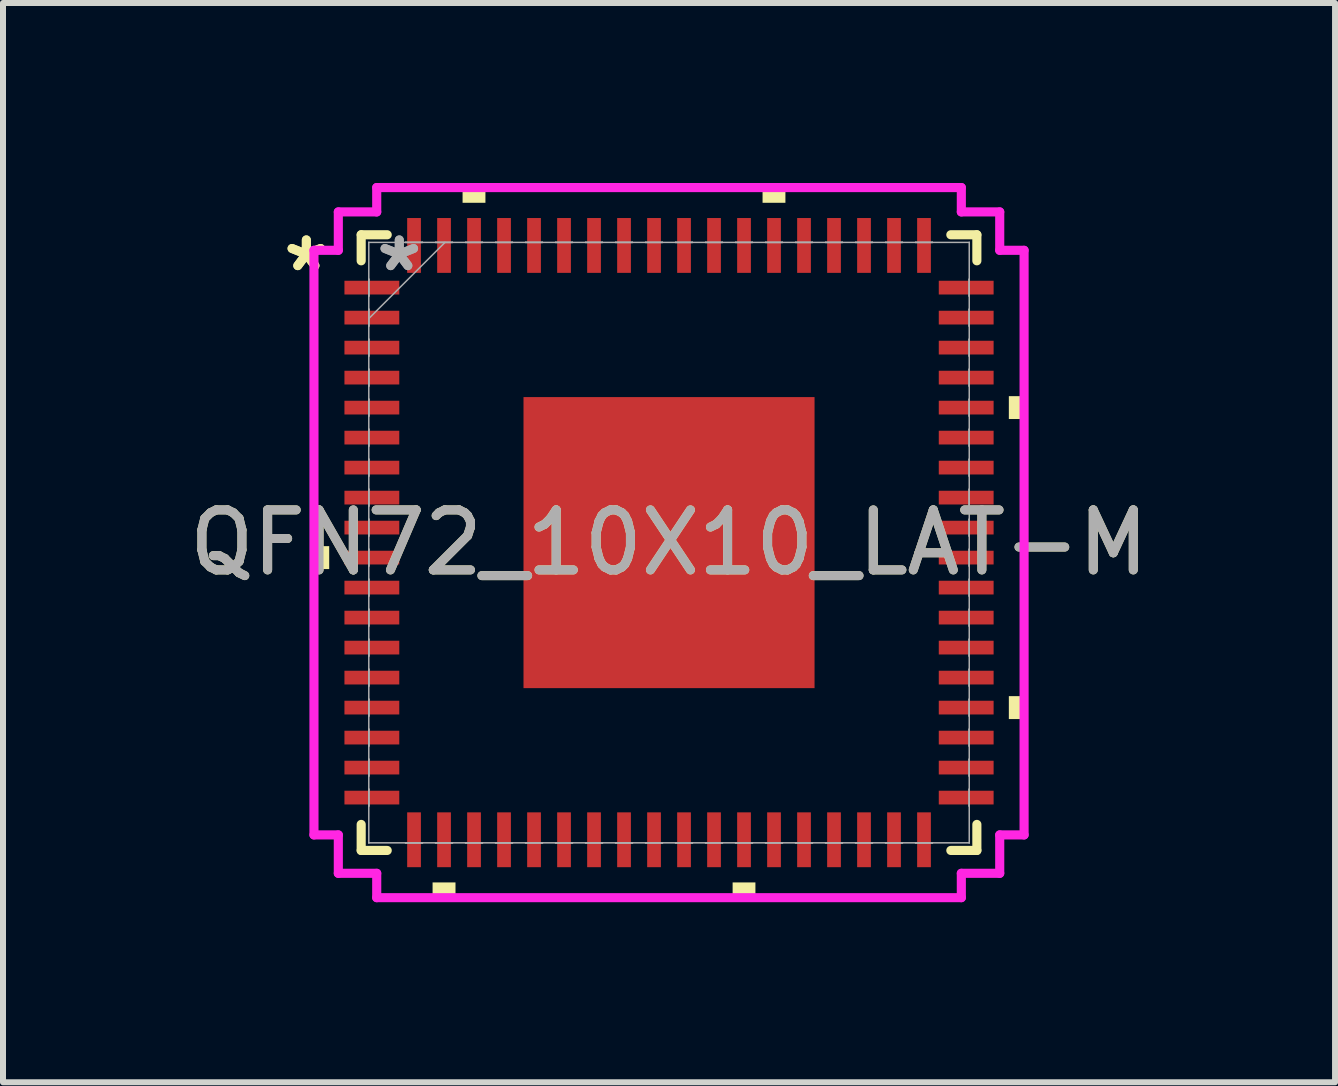
<source format=kicad_pcb>
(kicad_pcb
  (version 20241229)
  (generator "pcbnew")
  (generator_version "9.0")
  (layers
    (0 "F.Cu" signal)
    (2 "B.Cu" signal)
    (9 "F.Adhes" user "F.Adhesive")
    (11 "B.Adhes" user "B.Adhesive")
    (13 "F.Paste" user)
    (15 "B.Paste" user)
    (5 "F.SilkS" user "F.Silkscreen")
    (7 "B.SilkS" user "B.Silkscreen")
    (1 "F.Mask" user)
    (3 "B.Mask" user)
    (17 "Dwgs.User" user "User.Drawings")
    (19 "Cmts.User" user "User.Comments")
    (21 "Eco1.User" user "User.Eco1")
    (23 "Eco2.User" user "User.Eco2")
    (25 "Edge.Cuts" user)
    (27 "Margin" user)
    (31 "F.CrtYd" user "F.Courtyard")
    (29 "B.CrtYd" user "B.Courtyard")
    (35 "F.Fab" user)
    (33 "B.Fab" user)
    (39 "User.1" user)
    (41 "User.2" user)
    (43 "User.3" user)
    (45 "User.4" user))
  (footprint "QFN72_10X10_LAT-M"
    (layer "F.Cu")
    (at 8.101 5.994)
    (property "Reference" "QFN72_10X10_LAT-M" (at 0 0 0) (unlocked yes) (layer "F.SilkS") (effects (font (size 1 1) (thickness 0.15))))
    (attr smd)
    (fp_line (start -5.131 -5.131) (end -5.131 -4.697) (stroke (width 0.152) (type solid)) (layer "F.SilkS"))
    (fp_line (start -5.131 4.697) (end -5.131 5.131) (stroke (width 0.152) (type solid)) (layer "F.SilkS"))
    (fp_line (start -5.131 5.131) (end -4.697 5.131) (stroke (width 0.152) (type solid)) (layer "F.SilkS"))
    (fp_line (start -4.697 -5.131) (end -5.131 -5.131) (stroke (width 0.152) (type solid)) (layer "F.SilkS"))
    (fp_line (start 4.697 5.131) (end 5.131 5.131) (stroke (width 0.152) (type solid)) (layer "F.SilkS"))
    (fp_line (start 5.131 -5.131) (end 4.697 -5.131) (stroke (width 0.152) (type solid)) (layer "F.SilkS"))
    (fp_line (start 5.131 -4.697) (end 5.131 -5.131) (stroke (width 0.152) (type solid)) (layer "F.SilkS"))
    (fp_line (start 5.131 5.131) (end 5.131 4.697) (stroke (width 0.152) (type solid)) (layer "F.SilkS"))
    (fp_poly (pts (xy -5.918 0.059) (xy -5.918 0.441) (xy -5.664 0.441) (xy -5.664 0.059)) (stroke (width 0) (type solid)) (fill yes) (layer "F.SilkS"))
    (fp_poly (pts (xy -3.941 5.664) (xy -3.941 5.918) (xy -3.559 5.918) (xy -3.559 5.664)) (stroke (width 0) (type solid)) (fill yes) (layer "F.SilkS"))
    (fp_poly (pts (xy -3.441 -5.664) (xy -3.441 -5.918) (xy -3.06 -5.918) (xy -3.06 -5.664)) (stroke (width 0) (type solid)) (fill yes) (layer "F.SilkS"))
    (fp_poly (pts (xy 1.06 5.664) (xy 1.06 5.918) (xy 1.44 5.918) (xy 1.44 5.664)) (stroke (width 0) (type solid)) (fill yes) (layer "F.SilkS"))
    (fp_poly (pts (xy 1.559 -5.664) (xy 1.559 -5.918) (xy 1.94 -5.918) (xy 1.94 -5.664)) (stroke (width 0) (type solid)) (fill yes) (layer "F.SilkS"))
    (fp_poly (pts (xy 5.918 -2.441) (xy 5.918 -2.06) (xy 5.664 -2.06) (xy 5.664 -2.441)) (stroke (width 0) (type solid)) (fill yes) (layer "F.SilkS"))
    (fp_poly (pts (xy 5.918 2.559) (xy 5.918 2.941) (xy 5.664 2.941) (xy 5.664 2.559)) (stroke (width 0) (type solid)) (fill yes) (layer "F.SilkS"))
    (fp_poly (pts (xy -2.326 -2.326) (xy -2.326 -0.909) (xy -0.909 -0.909) (xy -0.909 -2.326)) (stroke (width 0) (type solid)) (fill yes) (layer "F.Paste"))
    (fp_poly (pts (xy -2.326 -0.709) (xy -2.326 0.709) (xy -0.909 0.709) (xy -0.909 -0.709)) (stroke (width 0) (type solid)) (fill yes) (layer "F.Paste"))
    (fp_poly (pts (xy -2.326 0.909) (xy -2.326 2.326) (xy -0.909 2.326) (xy -0.909 0.909)) (stroke (width 0) (type solid)) (fill yes) (layer "F.Paste"))
    (fp_poly (pts (xy -0.709 -2.326) (xy -0.709 -0.909) (xy 0.709 -0.909) (xy 0.709 -2.326)) (stroke (width 0) (type solid)) (fill yes) (layer "F.Paste"))
    (fp_poly (pts (xy -0.709 -0.709) (xy -0.709 0.709) (xy 0.709 0.709) (xy 0.709 -0.709)) (stroke (width 0) (type solid)) (fill yes) (layer "F.Paste"))
    (fp_poly (pts (xy -0.709 0.909) (xy -0.709 2.326) (xy 0.709 2.326) (xy 0.709 0.909)) (stroke (width 0) (type solid)) (fill yes) (layer "F.Paste"))
    (fp_poly (pts (xy 0.909 -2.326) (xy 0.909 -0.909) (xy 2.326 -0.909) (xy 2.326 -2.326)) (stroke (width 0) (type solid)) (fill yes) (layer "F.Paste"))
    (fp_poly (pts (xy 0.909 -0.709) (xy 0.909 0.709) (xy 2.326 0.709) (xy 2.326 -0.709)) (stroke (width 0) (type solid)) (fill yes) (layer "F.Paste"))
    (fp_poly (pts (xy 0.909 0.909) (xy 0.909 2.326) (xy 2.326 2.326) (xy 2.326 0.909)) (stroke (width 0) (type solid)) (fill yes) (layer "F.Paste"))
    (fp_line (start -5.918 -4.872) (end -5.512 -4.872) (stroke (width 0.152) (type solid)) (layer "F.CrtYd"))
    (fp_line (start -5.918 4.872) (end -5.918 -4.872) (stroke (width 0.152) (type solid)) (layer "F.CrtYd"))
    (fp_line (start -5.512 -5.512) (end -4.872 -5.512) (stroke (width 0.152) (type solid)) (layer "F.CrtYd"))
    (fp_line (start -5.512 -4.872) (end -5.512 -5.512) (stroke (width 0.152) (type solid)) (layer "F.CrtYd"))
    (fp_line (start -5.512 4.872) (end -5.918 4.872) (stroke (width 0.152) (type solid)) (layer "F.CrtYd"))
    (fp_line (start -5.512 5.512) (end -5.512 4.872) (stroke (width 0.152) (type solid)) (layer "F.CrtYd"))
    (fp_line (start -4.872 -5.918) (end 4.872 -5.918) (stroke (width 0.152) (type solid)) (layer "F.CrtYd"))
    (fp_line (start -4.872 -5.512) (end -4.872 -5.918) (stroke (width 0.152) (type solid)) (layer "F.CrtYd"))
    (fp_line (start -4.872 5.512) (end -5.512 5.512) (stroke (width 0.152) (type solid)) (layer "F.CrtYd"))
    (fp_line (start -4.872 5.918) (end -4.872 5.512) (stroke (width 0.152) (type solid)) (layer "F.CrtYd"))
    (fp_line (start 4.872 -5.918) (end 4.872 -5.512) (stroke (width 0.152) (type solid)) (layer "F.CrtYd"))
    (fp_line (start 4.872 -5.512) (end 5.512 -5.512) (stroke (width 0.152) (type solid)) (layer "F.CrtYd"))
    (fp_line (start 4.872 5.512) (end 4.872 5.918) (stroke (width 0.152) (type solid)) (layer "F.CrtYd"))
    (fp_line (start 4.872 5.918) (end -4.872 5.918) (stroke (width 0.152) (type solid)) (layer "F.CrtYd"))
    (fp_line (start 5.512 -5.512) (end 5.512 -4.872) (stroke (width 0.152) (type solid)) (layer "F.CrtYd"))
    (fp_line (start 5.512 -4.872) (end 5.918 -4.872) (stroke (width 0.152) (type solid)) (layer "F.CrtYd"))
    (fp_line (start 5.512 4.872) (end 5.512 5.512) (stroke (width 0.152) (type solid)) (layer "F.CrtYd"))
    (fp_line (start 5.512 5.512) (end 4.872 5.512) (stroke (width 0.152) (type solid)) (layer "F.CrtYd"))
    (fp_line (start 5.918 -4.872) (end 5.918 4.872) (stroke (width 0.152) (type solid)) (layer "F.CrtYd"))
    (fp_line (start 5.918 4.872) (end 5.512 4.872) (stroke (width 0.152) (type solid)) (layer "F.CrtYd"))
    (fp_line (start -5.004 -5.004) (end -5.004 -5.004) (stroke (width 0.025) (type solid)) (layer "F.Fab"))
    (fp_line (start -5.004 -5.004) (end -5.004 5.004) (stroke (width 0.025) (type solid)) (layer "F.Fab"))
    (fp_line (start -5.004 -4.39) (end -5.004 -4.39) (stroke (width 0.025) (type solid)) (layer "F.Fab"))
    (fp_line (start -5.004 -4.39) (end -5.004 -4.11) (stroke (width 0.025) (type solid)) (layer "F.Fab"))
    (fp_line (start -5.004 -4.11) (end -5.004 -4.39) (stroke (width 0.025) (type solid)) (layer "F.Fab"))
    (fp_line (start -5.004 -4.11) (end -5.004 -4.11) (stroke (width 0.025) (type solid)) (layer "F.Fab"))
    (fp_line (start -5.004 -3.89) (end -5.004 -3.89) (stroke (width 0.025) (type solid)) (layer "F.Fab"))
    (fp_line (start -5.004 -3.89) (end -5.004 -3.61) (stroke (width 0.025) (type solid)) (layer "F.Fab"))
    (fp_line (start -5.004 -3.734) (end -3.734 -5.004) (stroke (width 0.025) (type solid)) (layer "F.Fab"))
    (fp_line (start -5.004 -3.61) (end -5.004 -3.89) (stroke (width 0.025) (type solid)) (layer "F.Fab"))
    (fp_line (start -5.004 -3.61) (end -5.004 -3.61) (stroke (width 0.025) (type solid)) (layer "F.Fab"))
    (fp_line (start -5.004 -3.39) (end -5.004 -3.39) (stroke (width 0.025) (type solid)) (layer "F.Fab"))
    (fp_line (start -5.004 -3.39) (end -5.004 -3.11) (stroke (width 0.025) (type solid)) (layer "F.Fab"))
    (fp_line (start -5.004 -3.11) (end -5.004 -3.39) (stroke (width 0.025) (type solid)) (layer "F.Fab"))
    (fp_line (start -5.004 -3.11) (end -5.004 -3.11) (stroke (width 0.025) (type solid)) (layer "F.Fab"))
    (fp_line (start -5.004 -2.89) (end -5.004 -2.89) (stroke (width 0.025) (type solid)) (layer "F.Fab"))
    (fp_line (start -5.004 -2.89) (end -5.004 -2.61) (stroke (width 0.025) (type solid)) (layer "F.Fab"))
    (fp_line (start -5.004 -2.61) (end -5.004 -2.89) (stroke (width 0.025) (type solid)) (layer "F.Fab"))
    (fp_line (start -5.004 -2.61) (end -5.004 -2.61) (stroke (width 0.025) (type solid)) (layer "F.Fab"))
    (fp_line (start -5.004 -2.39) (end -5.004 -2.39) (stroke (width 0.025) (type solid)) (layer "F.Fab"))
    (fp_line (start -5.004 -2.39) (end -5.004 -2.11) (stroke (width 0.025) (type solid)) (layer "F.Fab"))
    (fp_line (start -5.004 -2.11) (end -5.004 -2.39) (stroke (width 0.025) (type solid)) (layer "F.Fab"))
    (fp_line (start -5.004 -2.11) (end -5.004 -2.11) (stroke (width 0.025) (type solid)) (layer "F.Fab"))
    (fp_line (start -5.004 -1.89) (end -5.004 -1.89) (stroke (width 0.025) (type solid)) (layer "F.Fab"))
    (fp_line (start -5.004 -1.89) (end -5.004 -1.61) (stroke (width 0.025) (type solid)) (layer "F.Fab"))
    (fp_line (start -5.004 -1.61) (end -5.004 -1.89) (stroke (width 0.025) (type solid)) (layer "F.Fab"))
    (fp_line (start -5.004 -1.61) (end -5.004 -1.61) (stroke (width 0.025) (type solid)) (layer "F.Fab"))
    (fp_line (start -5.004 -1.39) (end -5.004 -1.39) (stroke (width 0.025) (type solid)) (layer "F.Fab"))
    (fp_line (start -5.004 -1.39) (end -5.004 -1.11) (stroke (width 0.025) (type solid)) (layer "F.Fab"))
    (fp_line (start -5.004 -1.11) (end -5.004 -1.39) (stroke (width 0.025) (type solid)) (layer "F.Fab"))
    (fp_line (start -5.004 -1.11) (end -5.004 -1.11) (stroke (width 0.025) (type solid)) (layer "F.Fab"))
    (fp_line (start -5.004 -0.89) (end -5.004 -0.89) (stroke (width 0.025) (type solid)) (layer "F.Fab"))
    (fp_line (start -5.004 -0.89) (end -5.004 -0.61) (stroke (width 0.025) (type solid)) (layer "F.Fab"))
    (fp_line (start -5.004 -0.61) (end -5.004 -0.89) (stroke (width 0.025) (type solid)) (layer "F.Fab"))
    (fp_line (start -5.004 -0.61) (end -5.004 -0.61) (stroke (width 0.025) (type solid)) (layer "F.Fab"))
    (fp_line (start -5.004 -0.39) (end -5.004 -0.39) (stroke (width 0.025) (type solid)) (layer "F.Fab"))
    (fp_line (start -5.004 -0.39) (end -5.004 -0.11) (stroke (width 0.025) (type solid)) (layer "F.Fab"))
    (fp_line (start -5.004 -0.11) (end -5.004 -0.39) (stroke (width 0.025) (type solid)) (layer "F.Fab"))
    (fp_line (start -5.004 -0.11) (end -5.004 -0.11) (stroke (width 0.025) (type solid)) (layer "F.Fab"))
    (fp_line (start -5.004 0.11) (end -5.004 0.11) (stroke (width 0.025) (type solid)) (layer "F.Fab"))
    (fp_line (start -5.004 0.11) (end -5.004 0.39) (stroke (width 0.025) (type solid)) (layer "F.Fab"))
    (fp_line (start -5.004 0.39) (end -5.004 0.11) (stroke (width 0.025) (type solid)) (layer "F.Fab"))
    (fp_line (start -5.004 0.39) (end -5.004 0.39) (stroke (width 0.025) (type solid)) (layer "F.Fab"))
    (fp_line (start -5.004 0.61) (end -5.004 0.61) (stroke (width 0.025) (type solid)) (layer "F.Fab"))
    (fp_line (start -5.004 0.61) (end -5.004 0.89) (stroke (width 0.025) (type solid)) (layer "F.Fab"))
    (fp_line (start -5.004 0.89) (end -5.004 0.61) (stroke (width 0.025) (type solid)) (layer "F.Fab"))
    (fp_line (start -5.004 0.89) (end -5.004 0.89) (stroke (width 0.025) (type solid)) (layer "F.Fab"))
    (fp_line (start -5.004 1.11) (end -5.004 1.11) (stroke (width 0.025) (type solid)) (layer "F.Fab"))
    (fp_line (start -5.004 1.11) (end -5.004 1.39) (stroke (width 0.025) (type solid)) (layer "F.Fab"))
    (fp_line (start -5.004 1.39) (end -5.004 1.11) (stroke (width 0.025) (type solid)) (layer "F.Fab"))
    (fp_line (start -5.004 1.39) (end -5.004 1.39) (stroke (width 0.025) (type solid)) (layer "F.Fab"))
    (fp_line (start -5.004 1.61) (end -5.004 1.61) (stroke (width 0.025) (type solid)) (layer "F.Fab"))
    (fp_line (start -5.004 1.61) (end -5.004 1.89) (stroke (width 0.025) (type solid)) (layer "F.Fab"))
    (fp_line (start -5.004 1.89) (end -5.004 1.61) (stroke (width 0.025) (type solid)) (layer "F.Fab"))
    (fp_line (start -5.004 1.89) (end -5.004 1.89) (stroke (width 0.025) (type solid)) (layer "F.Fab"))
    (fp_line (start -5.004 2.11) (end -5.004 2.11) (stroke (width 0.025) (type solid)) (layer "F.Fab"))
    (fp_line (start -5.004 2.11) (end -5.004 2.39) (stroke (width 0.025) (type solid)) (layer "F.Fab"))
    (fp_line (start -5.004 2.39) (end -5.004 2.11) (stroke (width 0.025) (type solid)) (layer "F.Fab"))
    (fp_line (start -5.004 2.39) (end -5.004 2.39) (stroke (width 0.025) (type solid)) (layer "F.Fab"))
    (fp_line (start -5.004 2.61) (end -5.004 2.61) (stroke (width 0.025) (type solid)) (layer "F.Fab"))
    (fp_line (start -5.004 2.61) (end -5.004 2.89) (stroke (width 0.025) (type solid)) (layer "F.Fab"))
    (fp_line (start -5.004 2.89) (end -5.004 2.61) (stroke (width 0.025) (type solid)) (layer "F.Fab"))
    (fp_line (start -5.004 2.89) (end -5.004 2.89) (stroke (width 0.025) (type solid)) (layer "F.Fab"))
    (fp_line (start -5.004 3.11) (end -5.004 3.11) (stroke (width 0.025) (type solid)) (layer "F.Fab"))
    (fp_line (start -5.004 3.11) (end -5.004 3.39) (stroke (width 0.025) (type solid)) (layer "F.Fab"))
    (fp_line (start -5.004 3.39) (end -5.004 3.11) (stroke (width 0.025) (type solid)) (layer "F.Fab"))
    (fp_line (start -5.004 3.39) (end -5.004 3.39) (stroke (width 0.025) (type solid)) (layer "F.Fab"))
    (fp_line (start -5.004 3.61) (end -5.004 3.61) (stroke (width 0.025) (type solid)) (layer "F.Fab"))
    (fp_line (start -5.004 3.61) (end -5.004 3.89) (stroke (width 0.025) (type solid)) (layer "F.Fab"))
    (fp_line (start -5.004 3.89) (end -5.004 3.61) (stroke (width 0.025) (type solid)) (layer "F.Fab"))
    (fp_line (start -5.004 3.89) (end -5.004 3.89) (stroke (width 0.025) (type solid)) (layer "F.Fab"))
    (fp_line (start -5.004 4.11) (end -5.004 4.11) (stroke (width 0.025) (type solid)) (layer "F.Fab"))
    (fp_line (start -5.004 4.11) (end -5.004 4.39) (stroke (width 0.025) (type solid)) (layer "F.Fab"))
    (fp_line (start -5.004 4.39) (end -5.004 4.11) (stroke (width 0.025) (type solid)) (layer "F.Fab"))
    (fp_line (start -5.004 4.39) (end -5.004 4.39) (stroke (width 0.025) (type solid)) (layer "F.Fab"))
    (fp_line (start -5.004 5.004) (end -5.004 5.004) (stroke (width 0.025) (type solid)) (layer "F.Fab"))
    (fp_line (start -5.004 5.004) (end 5.004 5.004) (stroke (width 0.025) (type solid)) (layer "F.Fab"))
    (fp_line (start -4.39 -5.004) (end -4.39 -5.004) (stroke (width 0.025) (type solid)) (layer "F.Fab"))
    (fp_line (start -4.39 -5.004) (end -4.11 -5.004) (stroke (width 0.025) (type solid)) (layer "F.Fab"))
    (fp_line (start -4.39 5.004) (end -4.39 5.004) (stroke (width 0.025) (type solid)) (layer "F.Fab"))
    (fp_line (start -4.39 5.004) (end -4.11 5.004) (stroke (width 0.025) (type solid)) (layer "F.Fab"))
    (fp_line (start -4.11 -5.004) (end -4.39 -5.004) (stroke (width 0.025) (type solid)) (layer "F.Fab"))
    (fp_line (start -4.11 -5.004) (end -4.11 -5.004) (stroke (width 0.025) (type solid)) (layer "F.Fab"))
    (fp_line (start -4.11 5.004) (end -4.39 5.004) (stroke (width 0.025) (type solid)) (layer "F.Fab"))
    (fp_line (start -4.11 5.004) (end -4.11 5.004) (stroke (width 0.025) (type solid)) (layer "F.Fab"))
    (fp_line (start -3.89 -5.004) (end -3.89 -5.004) (stroke (width 0.025) (type solid)) (layer "F.Fab"))
    (fp_line (start -3.89 -5.004) (end -3.61 -5.004) (stroke (width 0.025) (type solid)) (layer "F.Fab"))
    (fp_line (start -3.89 5.004) (end -3.89 5.004) (stroke (width 0.025) (type solid)) (layer "F.Fab"))
    (fp_line (start -3.89 5.004) (end -3.61 5.004) (stroke (width 0.025) (type solid)) (layer "F.Fab"))
    (fp_line (start -3.61 -5.004) (end -3.89 -5.004) (stroke (width 0.025) (type solid)) (layer "F.Fab"))
    (fp_line (start -3.61 -5.004) (end -3.61 -5.004) (stroke (width 0.025) (type solid)) (layer "F.Fab"))
    (fp_line (start -3.61 5.004) (end -3.89 5.004) (stroke (width 0.025) (type solid)) (layer "F.Fab"))
    (fp_line (start -3.61 5.004) (end -3.61 5.004) (stroke (width 0.025) (type solid)) (layer "F.Fab"))
    (fp_line (start -3.39 -5.004) (end -3.39 -5.004) (stroke (width 0.025) (type solid)) (layer "F.Fab"))
    (fp_line (start -3.39 -5.004) (end -3.11 -5.004) (stroke (width 0.025) (type solid)) (layer "F.Fab"))
    (fp_line (start -3.39 5.004) (end -3.39 5.004) (stroke (width 0.025) (type solid)) (layer "F.Fab"))
    (fp_line (start -3.39 5.004) (end -3.11 5.004) (stroke (width 0.025) (type solid)) (layer "F.Fab"))
    (fp_line (start -3.11 -5.004) (end -3.39 -5.004) (stroke (width 0.025) (type solid)) (layer "F.Fab"))
    (fp_line (start -3.11 -5.004) (end -3.11 -5.004) (stroke (width 0.025) (type solid)) (layer "F.Fab"))
    (fp_line (start -3.11 5.004) (end -3.39 5.004) (stroke (width 0.025) (type solid)) (layer "F.Fab"))
    (fp_line (start -3.11 5.004) (end -3.11 5.004) (stroke (width 0.025) (type solid)) (layer "F.Fab"))
    (fp_line (start -2.89 -5.004) (end -2.89 -5.004) (stroke (width 0.025) (type solid)) (layer "F.Fab"))
    (fp_line (start -2.89 -5.004) (end -2.61 -5.004) (stroke (width 0.025) (type solid)) (layer "F.Fab"))
    (fp_line (start -2.89 5.004) (end -2.89 5.004) (stroke (width 0.025) (type solid)) (layer "F.Fab"))
    (fp_line (start -2.89 5.004) (end -2.61 5.004) (stroke (width 0.025) (type solid)) (layer "F.Fab"))
    (fp_line (start -2.61 -5.004) (end -2.89 -5.004) (stroke (width 0.025) (type solid)) (layer "F.Fab"))
    (fp_line (start -2.61 -5.004) (end -2.61 -5.004) (stroke (width 0.025) (type solid)) (layer "F.Fab"))
    (fp_line (start -2.61 5.004) (end -2.89 5.004) (stroke (width 0.025) (type solid)) (layer "F.Fab"))
    (fp_line (start -2.61 5.004) (end -2.61 5.004) (stroke (width 0.025) (type solid)) (layer "F.Fab"))
    (fp_line (start -2.39 -5.004) (end -2.39 -5.004) (stroke (width 0.025) (type solid)) (layer "F.Fab"))
    (fp_line (start -2.39 -5.004) (end -2.11 -5.004) (stroke (width 0.025) (type solid)) (layer "F.Fab"))
    (fp_line (start -2.39 5.004) (end -2.39 5.004) (stroke (width 0.025) (type solid)) (layer "F.Fab"))
    (fp_line (start -2.39 5.004) (end -2.11 5.004) (stroke (width 0.025) (type solid)) (layer "F.Fab"))
    (fp_line (start -2.11 -5.004) (end -2.39 -5.004) (stroke (width 0.025) (type solid)) (layer "F.Fab"))
    (fp_line (start -2.11 -5.004) (end -2.11 -5.004) (stroke (width 0.025) (type solid)) (layer "F.Fab"))
    (fp_line (start -2.11 5.004) (end -2.39 5.004) (stroke (width 0.025) (type solid)) (layer "F.Fab"))
    (fp_line (start -2.11 5.004) (end -2.11 5.004) (stroke (width 0.025) (type solid)) (layer "F.Fab"))
    (fp_line (start -1.89 -5.004) (end -1.89 -5.004) (stroke (width 0.025) (type solid)) (layer "F.Fab"))
    (fp_line (start -1.89 -5.004) (end -1.61 -5.004) (stroke (width 0.025) (type solid)) (layer "F.Fab"))
    (fp_line (start -1.89 5.004) (end -1.89 5.004) (stroke (width 0.025) (type solid)) (layer "F.Fab"))
    (fp_line (start -1.89 5.004) (end -1.61 5.004) (stroke (width 0.025) (type solid)) (layer "F.Fab"))
    (fp_line (start -1.61 -5.004) (end -1.89 -5.004) (stroke (width 0.025) (type solid)) (layer "F.Fab"))
    (fp_line (start -1.61 -5.004) (end -1.61 -5.004) (stroke (width 0.025) (type solid)) (layer "F.Fab"))
    (fp_line (start -1.61 5.004) (end -1.89 5.004) (stroke (width 0.025) (type solid)) (layer "F.Fab"))
    (fp_line (start -1.61 5.004) (end -1.61 5.004) (stroke (width 0.025) (type solid)) (layer "F.Fab"))
    (fp_line (start -1.39 -5.004) (end -1.39 -5.004) (stroke (width 0.025) (type solid)) (layer "F.Fab"))
    (fp_line (start -1.39 -5.004) (end -1.11 -5.004) (stroke (width 0.025) (type solid)) (layer "F.Fab"))
    (fp_line (start -1.39 5.004) (end -1.39 5.004) (stroke (width 0.025) (type solid)) (layer "F.Fab"))
    (fp_line (start -1.39 5.004) (end -1.11 5.004) (stroke (width 0.025) (type solid)) (layer "F.Fab"))
    (fp_line (start -1.11 -5.004) (end -1.39 -5.004) (stroke (width 0.025) (type solid)) (layer "F.Fab"))
    (fp_line (start -1.11 -5.004) (end -1.11 -5.004) (stroke (width 0.025) (type solid)) (layer "F.Fab"))
    (fp_line (start -1.11 5.004) (end -1.39 5.004) (stroke (width 0.025) (type solid)) (layer "F.Fab"))
    (fp_line (start -1.11 5.004) (end -1.11 5.004) (stroke (width 0.025) (type solid)) (layer "F.Fab"))
    (fp_line (start -0.89 -5.004) (end -0.89 -5.004) (stroke (width 0.025) (type solid)) (layer "F.Fab"))
    (fp_line (start -0.89 -5.004) (end -0.61 -5.004) (stroke (width 0.025) (type solid)) (layer "F.Fab"))
    (fp_line (start -0.89 5.004) (end -0.89 5.004) (stroke (width 0.025) (type solid)) (layer "F.Fab"))
    (fp_line (start -0.89 5.004) (end -0.61 5.004) (stroke (width 0.025) (type solid)) (layer "F.Fab"))
    (fp_line (start -0.61 -5.004) (end -0.89 -5.004) (stroke (width 0.025) (type solid)) (layer "F.Fab"))
    (fp_line (start -0.61 -5.004) (end -0.61 -5.004) (stroke (width 0.025) (type solid)) (layer "F.Fab"))
    (fp_line (start -0.61 5.004) (end -0.89 5.004) (stroke (width 0.025) (type solid)) (layer "F.Fab"))
    (fp_line (start -0.61 5.004) (end -0.61 5.004) (stroke (width 0.025) (type solid)) (layer "F.Fab"))
    (fp_line (start -0.39 -5.004) (end -0.39 -5.004) (stroke (width 0.025) (type solid)) (layer "F.Fab"))
    (fp_line (start -0.39 -5.004) (end -0.11 -5.004) (stroke (width 0.025) (type solid)) (layer "F.Fab"))
    (fp_line (start -0.39 5.004) (end -0.39 5.004) (stroke (width 0.025) (type solid)) (layer "F.Fab"))
    (fp_line (start -0.39 5.004) (end -0.11 5.004) (stroke (width 0.025) (type solid)) (layer "F.Fab"))
    (fp_line (start -0.11 -5.004) (end -0.39 -5.004) (stroke (width 0.025) (type solid)) (layer "F.Fab"))
    (fp_line (start -0.11 -5.004) (end -0.11 -5.004) (stroke (width 0.025) (type solid)) (layer "F.Fab"))
    (fp_line (start -0.11 5.004) (end -0.39 5.004) (stroke (width 0.025) (type solid)) (layer "F.Fab"))
    (fp_line (start -0.11 5.004) (end -0.11 5.004) (stroke (width 0.025) (type solid)) (layer "F.Fab"))
    (fp_line (start 0.11 -5.004) (end 0.11 -5.004) (stroke (width 0.025) (type solid)) (layer "F.Fab"))
    (fp_line (start 0.11 -5.004) (end 0.39 -5.004) (stroke (width 0.025) (type solid)) (layer "F.Fab"))
    (fp_line (start 0.11 5.004) (end 0.11 5.004) (stroke (width 0.025) (type solid)) (layer "F.Fab"))
    (fp_line (start 0.11 5.004) (end 0.39 5.004) (stroke (width 0.025) (type solid)) (layer "F.Fab"))
    (fp_line (start 0.39 -5.004) (end 0.11 -5.004) (stroke (width 0.025) (type solid)) (layer "F.Fab"))
    (fp_line (start 0.39 -5.004) (end 0.39 -5.004) (stroke (width 0.025) (type solid)) (layer "F.Fab"))
    (fp_line (start 0.39 5.004) (end 0.11 5.004) (stroke (width 0.025) (type solid)) (layer "F.Fab"))
    (fp_line (start 0.39 5.004) (end 0.39 5.004) (stroke (width 0.025) (type solid)) (layer "F.Fab"))
    (fp_line (start 0.61 -5.004) (end 0.61 -5.004) (stroke (width 0.025) (type solid)) (layer "F.Fab"))
    (fp_line (start 0.61 -5.004) (end 0.89 -5.004) (stroke (width 0.025) (type solid)) (layer "F.Fab"))
    (fp_line (start 0.61 5.004) (end 0.61 5.004) (stroke (width 0.025) (type solid)) (layer "F.Fab"))
    (fp_line (start 0.61 5.004) (end 0.89 5.004) (stroke (width 0.025) (type solid)) (layer "F.Fab"))
    (fp_line (start 0.89 -5.004) (end 0.61 -5.004) (stroke (width 0.025) (type solid)) (layer "F.Fab"))
    (fp_line (start 0.89 -5.004) (end 0.89 -5.004) (stroke (width 0.025) (type solid)) (layer "F.Fab"))
    (fp_line (start 0.89 5.004) (end 0.61 5.004) (stroke (width 0.025) (type solid)) (layer "F.Fab"))
    (fp_line (start 0.89 5.004) (end 0.89 5.004) (stroke (width 0.025) (type solid)) (layer "F.Fab"))
    (fp_line (start 1.11 -5.004) (end 1.11 -5.004) (stroke (width 0.025) (type solid)) (layer "F.Fab"))
    (fp_line (start 1.11 -5.004) (end 1.39 -5.004) (stroke (width 0.025) (type solid)) (layer "F.Fab"))
    (fp_line (start 1.11 5.004) (end 1.11 5.004) (stroke (width 0.025) (type solid)) (layer "F.Fab"))
    (fp_line (start 1.11 5.004) (end 1.39 5.004) (stroke (width 0.025) (type solid)) (layer "F.Fab"))
    (fp_line (start 1.39 -5.004) (end 1.11 -5.004) (stroke (width 0.025) (type solid)) (layer "F.Fab"))
    (fp_line (start 1.39 -5.004) (end 1.39 -5.004) (stroke (width 0.025) (type solid)) (layer "F.Fab"))
    (fp_line (start 1.39 5.004) (end 1.11 5.004) (stroke (width 0.025) (type solid)) (layer "F.Fab"))
    (fp_line (start 1.39 5.004) (end 1.39 5.004) (stroke (width 0.025) (type solid)) (layer "F.Fab"))
    (fp_line (start 1.61 -5.004) (end 1.61 -5.004) (stroke (width 0.025) (type solid)) (layer "F.Fab"))
    (fp_line (start 1.61 -5.004) (end 1.89 -5.004) (stroke (width 0.025) (type solid)) (layer "F.Fab"))
    (fp_line (start 1.61 5.004) (end 1.61 5.004) (stroke (width 0.025) (type solid)) (layer "F.Fab"))
    (fp_line (start 1.61 5.004) (end 1.89 5.004) (stroke (width 0.025) (type solid)) (layer "F.Fab"))
    (fp_line (start 1.89 -5.004) (end 1.61 -5.004) (stroke (width 0.025) (type solid)) (layer "F.Fab"))
    (fp_line (start 1.89 -5.004) (end 1.89 -5.004) (stroke (width 0.025) (type solid)) (layer "F.Fab"))
    (fp_line (start 1.89 5.004) (end 1.61 5.004) (stroke (width 0.025) (type solid)) (layer "F.Fab"))
    (fp_line (start 1.89 5.004) (end 1.89 5.004) (stroke (width 0.025) (type solid)) (layer "F.Fab"))
    (fp_line (start 2.11 -5.004) (end 2.11 -5.004) (stroke (width 0.025) (type solid)) (layer "F.Fab"))
    (fp_line (start 2.11 -5.004) (end 2.39 -5.004) (stroke (width 0.025) (type solid)) (layer "F.Fab"))
    (fp_line (start 2.11 5.004) (end 2.11 5.004) (stroke (width 0.025) (type solid)) (layer "F.Fab"))
    (fp_line (start 2.11 5.004) (end 2.39 5.004) (stroke (width 0.025) (type solid)) (layer "F.Fab"))
    (fp_line (start 2.39 -5.004) (end 2.11 -5.004) (stroke (width 0.025) (type solid)) (layer "F.Fab"))
    (fp_line (start 2.39 -5.004) (end 2.39 -5.004) (stroke (width 0.025) (type solid)) (layer "F.Fab"))
    (fp_line (start 2.39 5.004) (end 2.11 5.004) (stroke (width 0.025) (type solid)) (layer "F.Fab"))
    (fp_line (start 2.39 5.004) (end 2.39 5.004) (stroke (width 0.025) (type solid)) (layer "F.Fab"))
    (fp_line (start 2.61 -5.004) (end 2.61 -5.004) (stroke (width 0.025) (type solid)) (layer "F.Fab"))
    (fp_line (start 2.61 -5.004) (end 2.89 -5.004) (stroke (width 0.025) (type solid)) (layer "F.Fab"))
    (fp_line (start 2.61 5.004) (end 2.61 5.004) (stroke (width 0.025) (type solid)) (layer "F.Fab"))
    (fp_line (start 2.61 5.004) (end 2.89 5.004) (stroke (width 0.025) (type solid)) (layer "F.Fab"))
    (fp_line (start 2.89 -5.004) (end 2.61 -5.004) (stroke (width 0.025) (type solid)) (layer "F.Fab"))
    (fp_line (start 2.89 -5.004) (end 2.89 -5.004) (stroke (width 0.025) (type solid)) (layer "F.Fab"))
    (fp_line (start 2.89 5.004) (end 2.61 5.004) (stroke (width 0.025) (type solid)) (layer "F.Fab"))
    (fp_line (start 2.89 5.004) (end 2.89 5.004) (stroke (width 0.025) (type solid)) (layer "F.Fab"))
    (fp_line (start 3.11 -5.004) (end 3.11 -5.004) (stroke (width 0.025) (type solid)) (layer "F.Fab"))
    (fp_line (start 3.11 -5.004) (end 3.39 -5.004) (stroke (width 0.025) (type solid)) (layer "F.Fab"))
    (fp_line (start 3.11 5.004) (end 3.11 5.004) (stroke (width 0.025) (type solid)) (layer "F.Fab"))
    (fp_line (start 3.11 5.004) (end 3.39 5.004) (stroke (width 0.025) (type solid)) (layer "F.Fab"))
    (fp_line (start 3.39 -5.004) (end 3.11 -5.004) (stroke (width 0.025) (type solid)) (layer "F.Fab"))
    (fp_line (start 3.39 -5.004) (end 3.39 -5.004) (stroke (width 0.025) (type solid)) (layer "F.Fab"))
    (fp_line (start 3.39 5.004) (end 3.11 5.004) (stroke (width 0.025) (type solid)) (layer "F.Fab"))
    (fp_line (start 3.39 5.004) (end 3.39 5.004) (stroke (width 0.025) (type solid)) (layer "F.Fab"))
    (fp_line (start 3.61 -5.004) (end 3.61 -5.004) (stroke (width 0.025) (type solid)) (layer "F.Fab"))
    (fp_line (start 3.61 -5.004) (end 3.89 -5.004) (stroke (width 0.025) (type solid)) (layer "F.Fab"))
    (fp_line (start 3.61 5.004) (end 3.61 5.004) (stroke (width 0.025) (type solid)) (layer "F.Fab"))
    (fp_line (start 3.61 5.004) (end 3.89 5.004) (stroke (width 0.025) (type solid)) (layer "F.Fab"))
    (fp_line (start 3.89 -5.004) (end 3.61 -5.004) (stroke (width 0.025) (type solid)) (layer "F.Fab"))
    (fp_line (start 3.89 -5.004) (end 3.89 -5.004) (stroke (width 0.025) (type solid)) (layer "F.Fab"))
    (fp_line (start 3.89 5.004) (end 3.61 5.004) (stroke (width 0.025) (type solid)) (layer "F.Fab"))
    (fp_line (start 3.89 5.004) (end 3.89 5.004) (stroke (width 0.025) (type solid)) (layer "F.Fab"))
    (fp_line (start 4.11 -5.004) (end 4.11 -5.004) (stroke (width 0.025) (type solid)) (layer "F.Fab"))
    (fp_line (start 4.11 -5.004) (end 4.39 -5.004) (stroke (width 0.025) (type solid)) (layer "F.Fab"))
    (fp_line (start 4.11 5.004) (end 4.11 5.004) (stroke (width 0.025) (type solid)) (layer "F.Fab"))
    (fp_line (start 4.11 5.004) (end 4.39 5.004) (stroke (width 0.025) (type solid)) (layer "F.Fab"))
    (fp_line (start 4.39 -5.004) (end 4.11 -5.004) (stroke (width 0.025) (type solid)) (layer "F.Fab"))
    (fp_line (start 4.39 -5.004) (end 4.39 -5.004) (stroke (width 0.025) (type solid)) (layer "F.Fab"))
    (fp_line (start 4.39 5.004) (end 4.11 5.004) (stroke (width 0.025) (type solid)) (layer "F.Fab"))
    (fp_line (start 4.39 5.004) (end 4.39 5.004) (stroke (width 0.025) (type solid)) (layer "F.Fab"))
    (fp_line (start 5.004 -5.004) (end -5.004 -5.004) (stroke (width 0.025) (type solid)) (layer "F.Fab"))
    (fp_line (start 5.004 -5.004) (end 5.004 -5.004) (stroke (width 0.025) (type solid)) (layer "F.Fab"))
    (fp_line (start 5.004 -4.39) (end 5.004 -4.39) (stroke (width 0.025) (type solid)) (layer "F.Fab"))
    (fp_line (start 5.004 -4.39) (end 5.004 -4.11) (stroke (width 0.025) (type solid)) (layer "F.Fab"))
    (fp_line (start 5.004 -4.11) (end 5.004 -4.39) (stroke (width 0.025) (type solid)) (layer "F.Fab"))
    (fp_line (start 5.004 -4.11) (end 5.004 -4.11) (stroke (width 0.025) (type solid)) (layer "F.Fab"))
    (fp_line (start 5.004 -3.89) (end 5.004 -3.89) (stroke (width 0.025) (type solid)) (layer "F.Fab"))
    (fp_line (start 5.004 -3.89) (end 5.004 -3.61) (stroke (width 0.025) (type solid)) (layer "F.Fab"))
    (fp_line (start 5.004 -3.61) (end 5.004 -3.89) (stroke (width 0.025) (type solid)) (layer "F.Fab"))
    (fp_line (start 5.004 -3.61) (end 5.004 -3.61) (stroke (width 0.025) (type solid)) (layer "F.Fab"))
    (fp_line (start 5.004 -3.39) (end 5.004 -3.39) (stroke (width 0.025) (type solid)) (layer "F.Fab"))
    (fp_line (start 5.004 -3.39) (end 5.004 -3.11) (stroke (width 0.025) (type solid)) (layer "F.Fab"))
    (fp_line (start 5.004 -3.11) (end 5.004 -3.39) (stroke (width 0.025) (type solid)) (layer "F.Fab"))
    (fp_line (start 5.004 -3.11) (end 5.004 -3.11) (stroke (width 0.025) (type solid)) (layer "F.Fab"))
    (fp_line (start 5.004 -2.89) (end 5.004 -2.89) (stroke (width 0.025) (type solid)) (layer "F.Fab"))
    (fp_line (start 5.004 -2.89) (end 5.004 -2.61) (stroke (width 0.025) (type solid)) (layer "F.Fab"))
    (fp_line (start 5.004 -2.61) (end 5.004 -2.89) (stroke (width 0.025) (type solid)) (layer "F.Fab"))
    (fp_line (start 5.004 -2.61) (end 5.004 -2.61) (stroke (width 0.025) (type solid)) (layer "F.Fab"))
    (fp_line (start 5.004 -2.39) (end 5.004 -2.39) (stroke (width 0.025) (type solid)) (layer "F.Fab"))
    (fp_line (start 5.004 -2.39) (end 5.004 -2.11) (stroke (width 0.025) (type solid)) (layer "F.Fab"))
    (fp_line (start 5.004 -2.11) (end 5.004 -2.39) (stroke (width 0.025) (type solid)) (layer "F.Fab"))
    (fp_line (start 5.004 -2.11) (end 5.004 -2.11) (stroke (width 0.025) (type solid)) (layer "F.Fab"))
    (fp_line (start 5.004 -1.89) (end 5.004 -1.89) (stroke (width 0.025) (type solid)) (layer "F.Fab"))
    (fp_line (start 5.004 -1.89) (end 5.004 -1.61) (stroke (width 0.025) (type solid)) (layer "F.Fab"))
    (fp_line (start 5.004 -1.61) (end 5.004 -1.89) (stroke (width 0.025) (type solid)) (layer "F.Fab"))
    (fp_line (start 5.004 -1.61) (end 5.004 -1.61) (stroke (width 0.025) (type solid)) (layer "F.Fab"))
    (fp_line (start 5.004 -1.39) (end 5.004 -1.39) (stroke (width 0.025) (type solid)) (layer "F.Fab"))
    (fp_line (start 5.004 -1.39) (end 5.004 -1.11) (stroke (width 0.025) (type solid)) (layer "F.Fab"))
    (fp_line (start 5.004 -1.11) (end 5.004 -1.39) (stroke (width 0.025) (type solid)) (layer "F.Fab"))
    (fp_line (start 5.004 -1.11) (end 5.004 -1.11) (stroke (width 0.025) (type solid)) (layer "F.Fab"))
    (fp_line (start 5.004 -0.89) (end 5.004 -0.89) (stroke (width 0.025) (type solid)) (layer "F.Fab"))
    (fp_line (start 5.004 -0.89) (end 5.004 -0.61) (stroke (width 0.025) (type solid)) (layer "F.Fab"))
    (fp_line (start 5.004 -0.61) (end 5.004 -0.89) (stroke (width 0.025) (type solid)) (layer "F.Fab"))
    (fp_line (start 5.004 -0.61) (end 5.004 -0.61) (stroke (width 0.025) (type solid)) (layer "F.Fab"))
    (fp_line (start 5.004 -0.39) (end 5.004 -0.39) (stroke (width 0.025) (type solid)) (layer "F.Fab"))
    (fp_line (start 5.004 -0.39) (end 5.004 -0.11) (stroke (width 0.025) (type solid)) (layer "F.Fab"))
    (fp_line (start 5.004 -0.11) (end 5.004 -0.39) (stroke (width 0.025) (type solid)) (layer "F.Fab"))
    (fp_line (start 5.004 -0.11) (end 5.004 -0.11) (stroke (width 0.025) (type solid)) (layer "F.Fab"))
    (fp_line (start 5.004 0.11) (end 5.004 0.11) (stroke (width 0.025) (type solid)) (layer "F.Fab"))
    (fp_line (start 5.004 0.11) (end 5.004 0.39) (stroke (width 0.025) (type solid)) (layer "F.Fab"))
    (fp_line (start 5.004 0.39) (end 5.004 0.11) (stroke (width 0.025) (type solid)) (layer "F.Fab"))
    (fp_line (start 5.004 0.39) (end 5.004 0.39) (stroke (width 0.025) (type solid)) (layer "F.Fab"))
    (fp_line (start 5.004 0.61) (end 5.004 0.61) (stroke (width 0.025) (type solid)) (layer "F.Fab"))
    (fp_line (start 5.004 0.61) (end 5.004 0.89) (stroke (width 0.025) (type solid)) (layer "F.Fab"))
    (fp_line (start 5.004 0.89) (end 5.004 0.61) (stroke (width 0.025) (type solid)) (layer "F.Fab"))
    (fp_line (start 5.004 0.89) (end 5.004 0.89) (stroke (width 0.025) (type solid)) (layer "F.Fab"))
    (fp_line (start 5.004 1.11) (end 5.004 1.11) (stroke (width 0.025) (type solid)) (layer "F.Fab"))
    (fp_line (start 5.004 1.11) (end 5.004 1.39) (stroke (width 0.025) (type solid)) (layer "F.Fab"))
    (fp_line (start 5.004 1.39) (end 5.004 1.11) (stroke (width 0.025) (type solid)) (layer "F.Fab"))
    (fp_line (start 5.004 1.39) (end 5.004 1.39) (stroke (width 0.025) (type solid)) (layer "F.Fab"))
    (fp_line (start 5.004 1.61) (end 5.004 1.61) (stroke (width 0.025) (type solid)) (layer "F.Fab"))
    (fp_line (start 5.004 1.61) (end 5.004 1.89) (stroke (width 0.025) (type solid)) (layer "F.Fab"))
    (fp_line (start 5.004 1.89) (end 5.004 1.61) (stroke (width 0.025) (type solid)) (layer "F.Fab"))
    (fp_line (start 5.004 1.89) (end 5.004 1.89) (stroke (width 0.025) (type solid)) (layer "F.Fab"))
    (fp_line (start 5.004 2.11) (end 5.004 2.11) (stroke (width 0.025) (type solid)) (layer "F.Fab"))
    (fp_line (start 5.004 2.11) (end 5.004 2.39) (stroke (width 0.025) (type solid)) (layer "F.Fab"))
    (fp_line (start 5.004 2.39) (end 5.004 2.11) (stroke (width 0.025) (type solid)) (layer "F.Fab"))
    (fp_line (start 5.004 2.39) (end 5.004 2.39) (stroke (width 0.025) (type solid)) (layer "F.Fab"))
    (fp_line (start 5.004 2.61) (end 5.004 2.61) (stroke (width 0.025) (type solid)) (layer "F.Fab"))
    (fp_line (start 5.004 2.61) (end 5.004 2.89) (stroke (width 0.025) (type solid)) (layer "F.Fab"))
    (fp_line (start 5.004 2.89) (end 5.004 2.61) (stroke (width 0.025) (type solid)) (layer "F.Fab"))
    (fp_line (start 5.004 2.89) (end 5.004 2.89) (stroke (width 0.025) (type solid)) (layer "F.Fab"))
    (fp_line (start 5.004 3.11) (end 5.004 3.11) (stroke (width 0.025) (type solid)) (layer "F.Fab"))
    (fp_line (start 5.004 3.11) (end 5.004 3.39) (stroke (width 0.025) (type solid)) (layer "F.Fab"))
    (fp_line (start 5.004 3.39) (end 5.004 3.11) (stroke (width 0.025) (type solid)) (layer "F.Fab"))
    (fp_line (start 5.004 3.39) (end 5.004 3.39) (stroke (width 0.025) (type solid)) (layer "F.Fab"))
    (fp_line (start 5.004 3.61) (end 5.004 3.61) (stroke (width 0.025) (type solid)) (layer "F.Fab"))
    (fp_line (start 5.004 3.61) (end 5.004 3.89) (stroke (width 0.025) (type solid)) (layer "F.Fab"))
    (fp_line (start 5.004 3.89) (end 5.004 3.61) (stroke (width 0.025) (type solid)) (layer "F.Fab"))
    (fp_line (start 5.004 3.89) (end 5.004 3.89) (stroke (width 0.025) (type solid)) (layer "F.Fab"))
    (fp_line (start 5.004 4.11) (end 5.004 4.11) (stroke (width 0.025) (type solid)) (layer "F.Fab"))
    (fp_line (start 5.004 4.11) (end 5.004 4.39) (stroke (width 0.025) (type solid)) (layer "F.Fab"))
    (fp_line (start 5.004 4.39) (end 5.004 4.11) (stroke (width 0.025) (type solid)) (layer "F.Fab"))
    (fp_line (start 5.004 4.39) (end 5.004 4.39) (stroke (width 0.025) (type solid)) (layer "F.Fab"))
    (fp_line (start 5.004 5.004) (end 5.004 -5.004) (stroke (width 0.025) (type solid)) (layer "F.Fab"))
    (fp_line (start 5.004 5.004) (end 5.004 5.004) (stroke (width 0.025) (type solid)) (layer "F.Fab"))
    (fp_text user "*" (at -6.045 -4.5 0) (layer "F.SilkS") (effects (font (size 1 1) (thickness 0.15))))
    (fp_text user "*" (at -6.045 -4.5 0) (unlocked yes) (layer "F.SilkS") (effects (font (size 1 1) (thickness 0.15))))
    (fp_text user "*" (at -4.496 -4.5 0) (layer "F.Fab") (effects (font (size 1 1) (thickness 0.15))))
    (fp_text user "*" (at -4.496 -4.5 0) (unlocked yes) (layer "F.Fab") (effects (font (size 1 1) (thickness 0.15))))
    (fp_text user "${REFERENCE}" (at 0 0 0) (unlocked yes) (layer "F.Fab") (effects (font (size 1 1) (thickness 0.15))))
    (pad "1" smd rect (at -4.953 -4.25 90) (size 0.229 0.914) (layers "F.Cu" "F.Mask" "F.Paste"))
    (pad "2" smd rect (at -4.953 -3.75 90) (size 0.229 0.914) (layers "F.Cu" "F.Mask" "F.Paste"))
    (pad "3" smd rect (at -4.953 -3.25 90) (size 0.229 0.914) (layers "F.Cu" "F.Mask" "F.Paste"))
    (pad "4" smd rect (at -4.953 -2.75 90) (size 0.229 0.914) (layers "F.Cu" "F.Mask" "F.Paste"))
    (pad "5" smd rect (at -4.953 -2.25 90) (size 0.229 0.914) (layers "F.Cu" "F.Mask" "F.Paste"))
    (pad "6" smd rect (at -4.953 -1.75 90) (size 0.229 0.914) (layers "F.Cu" "F.Mask" "F.Paste"))
    (pad "7" smd rect (at -4.953 -1.25 90) (size 0.229 0.914) (layers "F.Cu" "F.Mask" "F.Paste"))
    (pad "8" smd rect (at -4.953 -0.75 90) (size 0.229 0.914) (layers "F.Cu" "F.Mask" "F.Paste"))
    (pad "9" smd rect (at -4.953 -0.25 90) (size 0.229 0.914) (layers "F.Cu" "F.Mask" "F.Paste"))
    (pad "10" smd rect (at -4.953 0.25 90) (size 0.229 0.914) (layers "F.Cu" "F.Mask" "F.Paste"))
    (pad "11" smd rect (at -4.953 0.75 90) (size 0.229 0.914) (layers "F.Cu" "F.Mask" "F.Paste"))
    (pad "12" smd rect (at -4.953 1.25 90) (size 0.229 0.914) (layers "F.Cu" "F.Mask" "F.Paste"))
    (pad "13" smd rect (at -4.953 1.75 90) (size 0.229 0.914) (layers "F.Cu" "F.Mask" "F.Paste"))
    (pad "14" smd rect (at -4.953 2.25 90) (size 0.229 0.914) (layers "F.Cu" "F.Mask" "F.Paste"))
    (pad "15" smd rect (at -4.953 2.75 90) (size 0.229 0.914) (layers "F.Cu" "F.Mask" "F.Paste"))
    (pad "16" smd rect (at -4.953 3.25 90) (size 0.229 0.914) (layers "F.Cu" "F.Mask" "F.Paste"))
    (pad "17" smd rect (at -4.953 3.75 90) (size 0.229 0.914) (layers "F.Cu" "F.Mask" "F.Paste"))
    (pad "18" smd rect (at -4.953 4.25 90) (size 0.229 0.914) (layers "F.Cu" "F.Mask" "F.Paste"))
    (pad "19" smd rect (at -4.25 4.953) (size 0.229 0.914) (layers "F.Cu" "F.Mask" "F.Paste"))
    (pad "20" smd rect (at -3.75 4.953) (size 0.229 0.914) (layers "F.Cu" "F.Mask" "F.Paste"))
    (pad "21" smd rect (at -3.25 4.953) (size 0.229 0.914) (layers "F.Cu" "F.Mask" "F.Paste"))
    (pad "22" smd rect (at -2.75 4.953) (size 0.229 0.914) (layers "F.Cu" "F.Mask" "F.Paste"))
    (pad "23" smd rect (at -2.25 4.953) (size 0.229 0.914) (layers "F.Cu" "F.Mask" "F.Paste"))
    (pad "24" smd rect (at -1.75 4.953) (size 0.229 0.914) (layers "F.Cu" "F.Mask" "F.Paste"))
    (pad "25" smd rect (at -1.25 4.953) (size 0.229 0.914) (layers "F.Cu" "F.Mask" "F.Paste"))
    (pad "26" smd rect (at -0.75 4.953) (size 0.229 0.914) (layers "F.Cu" "F.Mask" "F.Paste"))
    (pad "27" smd rect (at -0.25 4.953) (size 0.229 0.914) (layers "F.Cu" "F.Mask" "F.Paste"))
    (pad "28" smd rect (at 0.25 4.953) (size 0.229 0.914) (layers "F.Cu" "F.Mask" "F.Paste"))
    (pad "29" smd rect (at 0.75 4.953) (size 0.229 0.914) (layers "F.Cu" "F.Mask" "F.Paste"))
    (pad "30" smd rect (at 1.25 4.953) (size 0.229 0.914) (layers "F.Cu" "F.Mask" "F.Paste"))
    (pad "31" smd rect (at 1.75 4.953) (size 0.229 0.914) (layers "F.Cu" "F.Mask" "F.Paste"))
    (pad "32" smd rect (at 2.25 4.953) (size 0.229 0.914) (layers "F.Cu" "F.Mask" "F.Paste"))
    (pad "33" smd rect (at 2.75 4.953) (size 0.229 0.914) (layers "F.Cu" "F.Mask" "F.Paste"))
    (pad "34" smd rect (at 3.25 4.953) (size 0.229 0.914) (layers "F.Cu" "F.Mask" "F.Paste"))
    (pad "35" smd rect (at 3.75 4.953) (size 0.229 0.914) (layers "F.Cu" "F.Mask" "F.Paste"))
    (pad "36" smd rect (at 4.25 4.953) (size 0.229 0.914) (layers "F.Cu" "F.Mask" "F.Paste"))
    (pad "37" smd rect (at 4.953 4.25 90) (size 0.229 0.914) (layers "F.Cu" "F.Mask" "F.Paste"))
    (pad "38" smd rect (at 4.953 3.75 90) (size 0.229 0.914) (layers "F.Cu" "F.Mask" "F.Paste"))
    (pad "39" smd rect (at 4.953 3.25 90) (size 0.229 0.914) (layers "F.Cu" "F.Mask" "F.Paste"))
    (pad "40" smd rect (at 4.953 2.75 90) (size 0.229 0.914) (layers "F.Cu" "F.Mask" "F.Paste"))
    (pad "41" smd rect (at 4.953 2.25 90) (size 0.229 0.914) (layers "F.Cu" "F.Mask" "F.Paste"))
    (pad "42" smd rect (at 4.953 1.75 90) (size 0.229 0.914) (layers "F.Cu" "F.Mask" "F.Paste"))
    (pad "43" smd rect (at 4.953 1.25 90) (size 0.229 0.914) (layers "F.Cu" "F.Mask" "F.Paste"))
    (pad "44" smd rect (at 4.953 0.75 90) (size 0.229 0.914) (layers "F.Cu" "F.Mask" "F.Paste"))
    (pad "45" smd rect (at 4.953 0.25 90) (size 0.229 0.914) (layers "F.Cu" "F.Mask" "F.Paste"))
    (pad "46" smd rect (at 4.953 -0.25 90) (size 0.229 0.914) (layers "F.Cu" "F.Mask" "F.Paste"))
    (pad "47" smd rect (at 4.953 -0.75 90) (size 0.229 0.914) (layers "F.Cu" "F.Mask" "F.Paste"))
    (pad "48" smd rect (at 4.953 -1.25 90) (size 0.229 0.914) (layers "F.Cu" "F.Mask" "F.Paste"))
    (pad "49" smd rect (at 4.953 -1.75 90) (size 0.229 0.914) (layers "F.Cu" "F.Mask" "F.Paste"))
    (pad "50" smd rect (at 4.953 -2.25 90) (size 0.229 0.914) (layers "F.Cu" "F.Mask" "F.Paste"))
    (pad "51" smd rect (at 4.953 -2.75 90) (size 0.229 0.914) (layers "F.Cu" "F.Mask" "F.Paste"))
    (pad "52" smd rect (at 4.953 -3.25 90) (size 0.229 0.914) (layers "F.Cu" "F.Mask" "F.Paste"))
    (pad "53" smd rect (at 4.953 -3.75 90) (size 0.229 0.914) (layers "F.Cu" "F.Mask" "F.Paste"))
    (pad "54" smd rect (at 4.953 -4.25 90) (size 0.229 0.914) (layers "F.Cu" "F.Mask" "F.Paste"))
    (pad "55" smd rect (at 4.25 -4.953) (size 0.229 0.914) (layers "F.Cu" "F.Mask" "F.Paste"))
    (pad "56" smd rect (at 3.75 -4.953) (size 0.229 0.914) (layers "F.Cu" "F.Mask" "F.Paste"))
    (pad "57" smd rect (at 3.25 -4.953) (size 0.229 0.914) (layers "F.Cu" "F.Mask" "F.Paste"))
    (pad "58" smd rect (at 2.75 -4.953) (size 0.229 0.914) (layers "F.Cu" "F.Mask" "F.Paste"))
    (pad "59" smd rect (at 2.25 -4.953) (size 0.229 0.914) (layers "F.Cu" "F.Mask" "F.Paste"))
    (pad "60" smd rect (at 1.75 -4.953) (size 0.229 0.914) (layers "F.Cu" "F.Mask" "F.Paste"))
    (pad "61" smd rect (at 1.25 -4.953) (size 0.229 0.914) (layers "F.Cu" "F.Mask" "F.Paste"))
    (pad "62" smd rect (at 0.75 -4.953) (size 0.229 0.914) (layers "F.Cu" "F.Mask" "F.Paste"))
    (pad "63" smd rect (at 0.25 -4.953) (size 0.229 0.914) (layers "F.Cu" "F.Mask" "F.Paste"))
    (pad "64" smd rect (at -0.25 -4.953) (size 0.229 0.914) (layers "F.Cu" "F.Mask" "F.Paste"))
    (pad "65" smd rect (at -0.75 -4.953) (size 0.229 0.914) (layers "F.Cu" "F.Mask" "F.Paste"))
    (pad "66" smd rect (at -1.25 -4.953) (size 0.229 0.914) (layers "F.Cu" "F.Mask" "F.Paste"))
    (pad "67" smd rect (at -1.75 -4.953) (size 0.229 0.914) (layers "F.Cu" "F.Mask" "F.Paste"))
    (pad "68" smd rect (at -2.25 -4.953) (size 0.229 0.914) (layers "F.Cu" "F.Mask" "F.Paste"))
    (pad "69" smd rect (at -2.75 -4.953) (size 0.229 0.914) (layers "F.Cu" "F.Mask" "F.Paste"))
    (pad "70" smd rect (at -3.25 -4.953) (size 0.229 0.914) (layers "F.Cu" "F.Mask" "F.Paste"))
    (pad "71" smd rect (at -3.75 -4.953) (size 0.229 0.914) (layers "F.Cu" "F.Mask" "F.Paste"))
    (pad "72" smd rect (at -4.25 -4.953) (size 0.229 0.914) (layers "F.Cu" "F.Mask" "F.Paste"))
    (pad "73" smd rect (at 0 0) (size 4.851 4.851) (layers "F.Cu" "F.Mask" "F.Paste")))
  (gr_rect
    (start -3 -3)
    (end 19.202 14.989)
    (stroke (width 0.1) (type default))
    (fill no)
    (layer "Edge.Cuts")))
</source>
